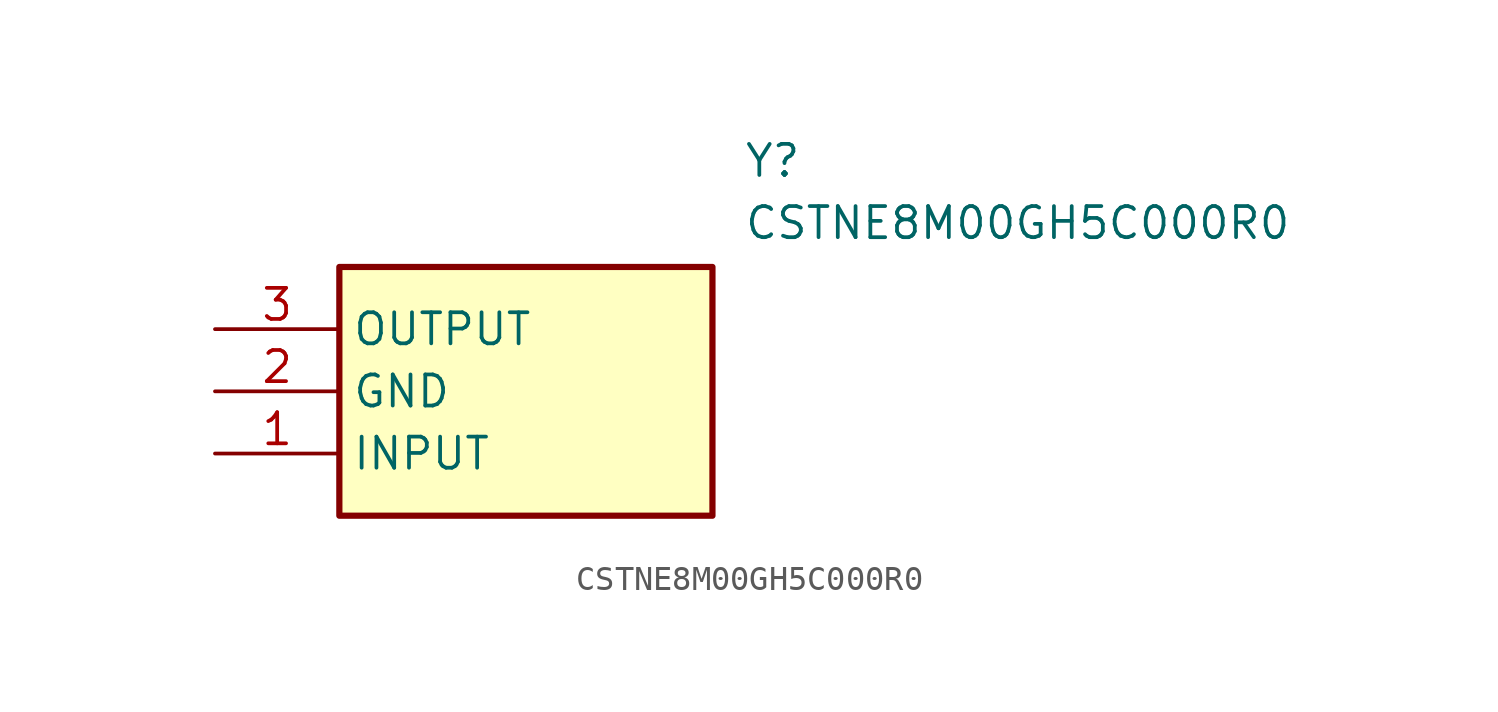
<source format=kicad_sym>
(kicad_symbol_lib
  (version 20211014)
  (generator SamacSys_ECAD_Model)
  (symbol "CSTNE8M00GH5C000R0"
    (property "Reference" "Y"
      (at 21.59 7.62 0)
      (effects (font (size 1.27 1.27)) (justify left top)))
    (property "Value" "CSTNE8M00GH5C000R0"
      (at 21.59 5.08 0)
      (effects (font (size 1.27 1.27)) (justify left top)))
    (rectangle
      (start 5.08 2.54)
      (end 20.32 -7.62)
      (stroke (width 0.254) (type default))
      (fill (type background)))
    (pin passive line
      (at 0 -5.08 0)
      (length 5.08)
      (name "INPUT" (effects (font (size 1.27 1.27))))
      (number "1" (effects (font (size 1.27 1.27)))))
    (pin passive line
      (at 0 -2.54 0)
      (length 5.08)
      (name "GND" (effects (font (size 1.27 1.27))))
      (number "2" (effects (font (size 1.27 1.27)))))
    (pin passive line
      (at 0 0 0)
      (length 5.08)
      (name "OUTPUT" (effects (font (size 1.27 1.27))))
      (number "3" (effects (font (size 1.27 1.27)))))))
</source>
